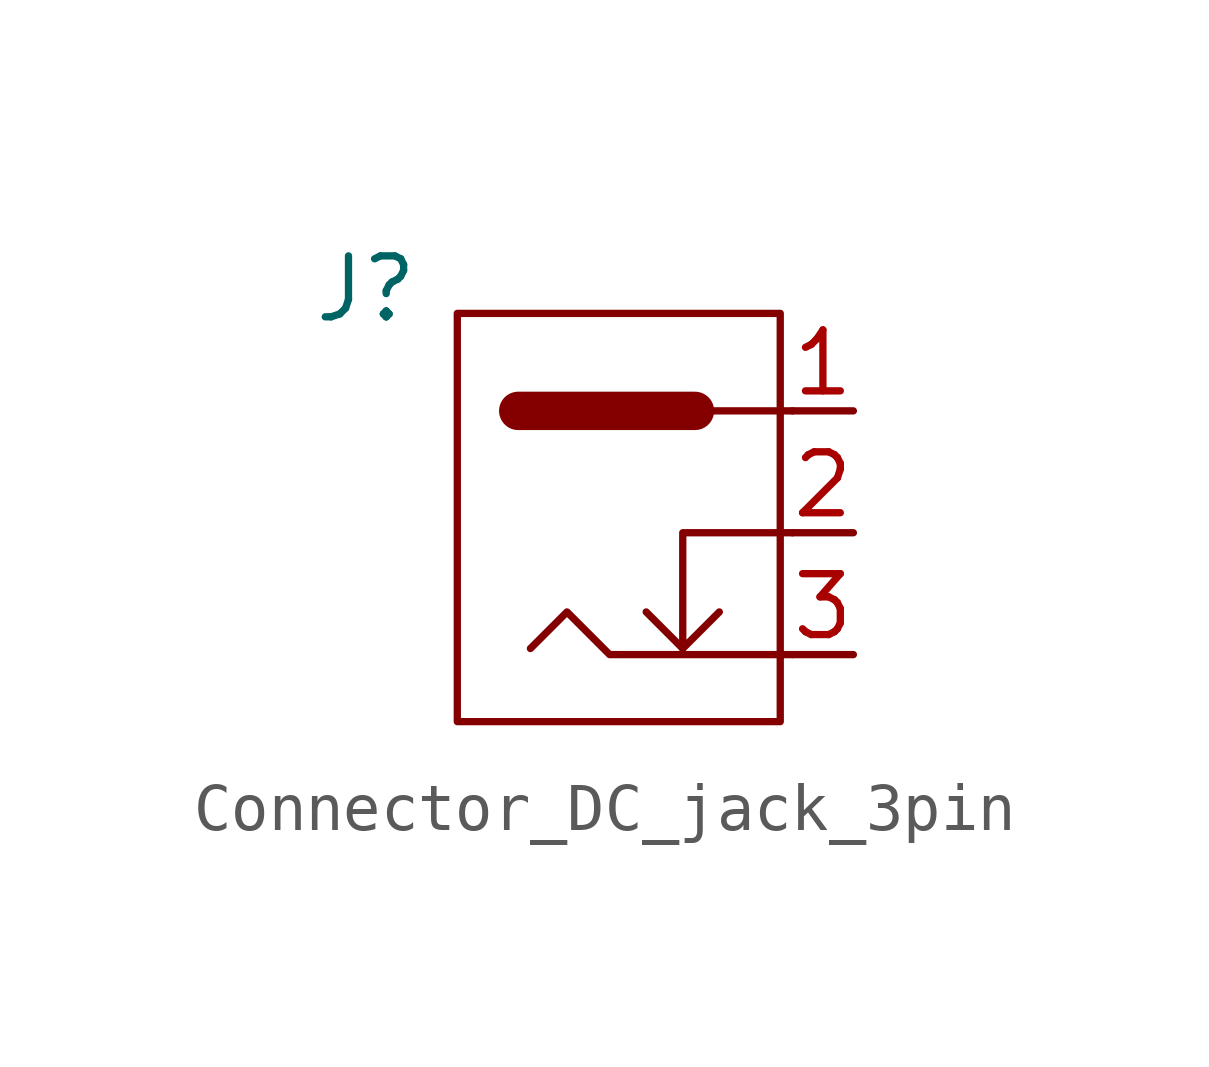
<source format=kicad_sym>
(kicad_symbol_lib
  (version 20220914)
  (generator kicad_symbol_editor)
  (symbol "Connector_DC_jack_3pin"
    (pin_names hide)
    (property "Reference" "J"
      (at -5.08 5.08 0)
      (effects (font (size 1.27 1.27))))
    (symbol "Connector_DC_jack_3pin_0_0"
      (rectangle (start -3.175 4.572) (end 3.556 -3.937) (stroke (width 0) (type default)) (fill (type none))))
    (symbol "Connector_DC_jack_3pin_0_1"
      (polyline (pts (xy 1.524 -2.413) (xy 0.762 -1.651)) (stroke (width 0) (type default)) (fill (type none)))
      (polyline (pts (xy 3.81 2.54) (xy -1.524 2.54)) (stroke (width 0) (type default)) (fill (type none)))
      (polyline (pts (xy 1.778 2.54) (xy -1.778 2.54) (xy -1.905 2.54)) (stroke (width 0.8) (type default)) (fill (type none)))
      (polyline (pts (xy 3.81 -2.54) (xy 0 -2.54) (xy -0.889 -1.651) (xy -1.651 -2.413)) (stroke (width 0) (type default)) (fill (type none)))
      (polyline (pts (xy 3.81 0) (xy 1.524 0) (xy 1.524 -2.413) (xy 2.286 -1.651)) (stroke (width 0) (type default)) (fill (type none))))
    (symbol "Connector_DC_jack_3pin_1_1"
      (pin passive line (at 5.08 2.54 180) (length 1.27) (name "1" (effects (font (size 1.27 1.27)))) (number "1" (effects (font (size 1.27 1.27)))))
      (pin passive line (at 5.08 0 180) (length 1.27) (name "2" (effects (font (size 1.27 1.27)))) (number "2" (effects (font (size 1.27 1.27)))))
      (pin passive line (at 5.08 -2.54 180) (length 1.27) (name "3" (effects (font (size 1.27 1.27)))) (number "3" (effects (font (size 1.27 1.27))))))))
</source>
